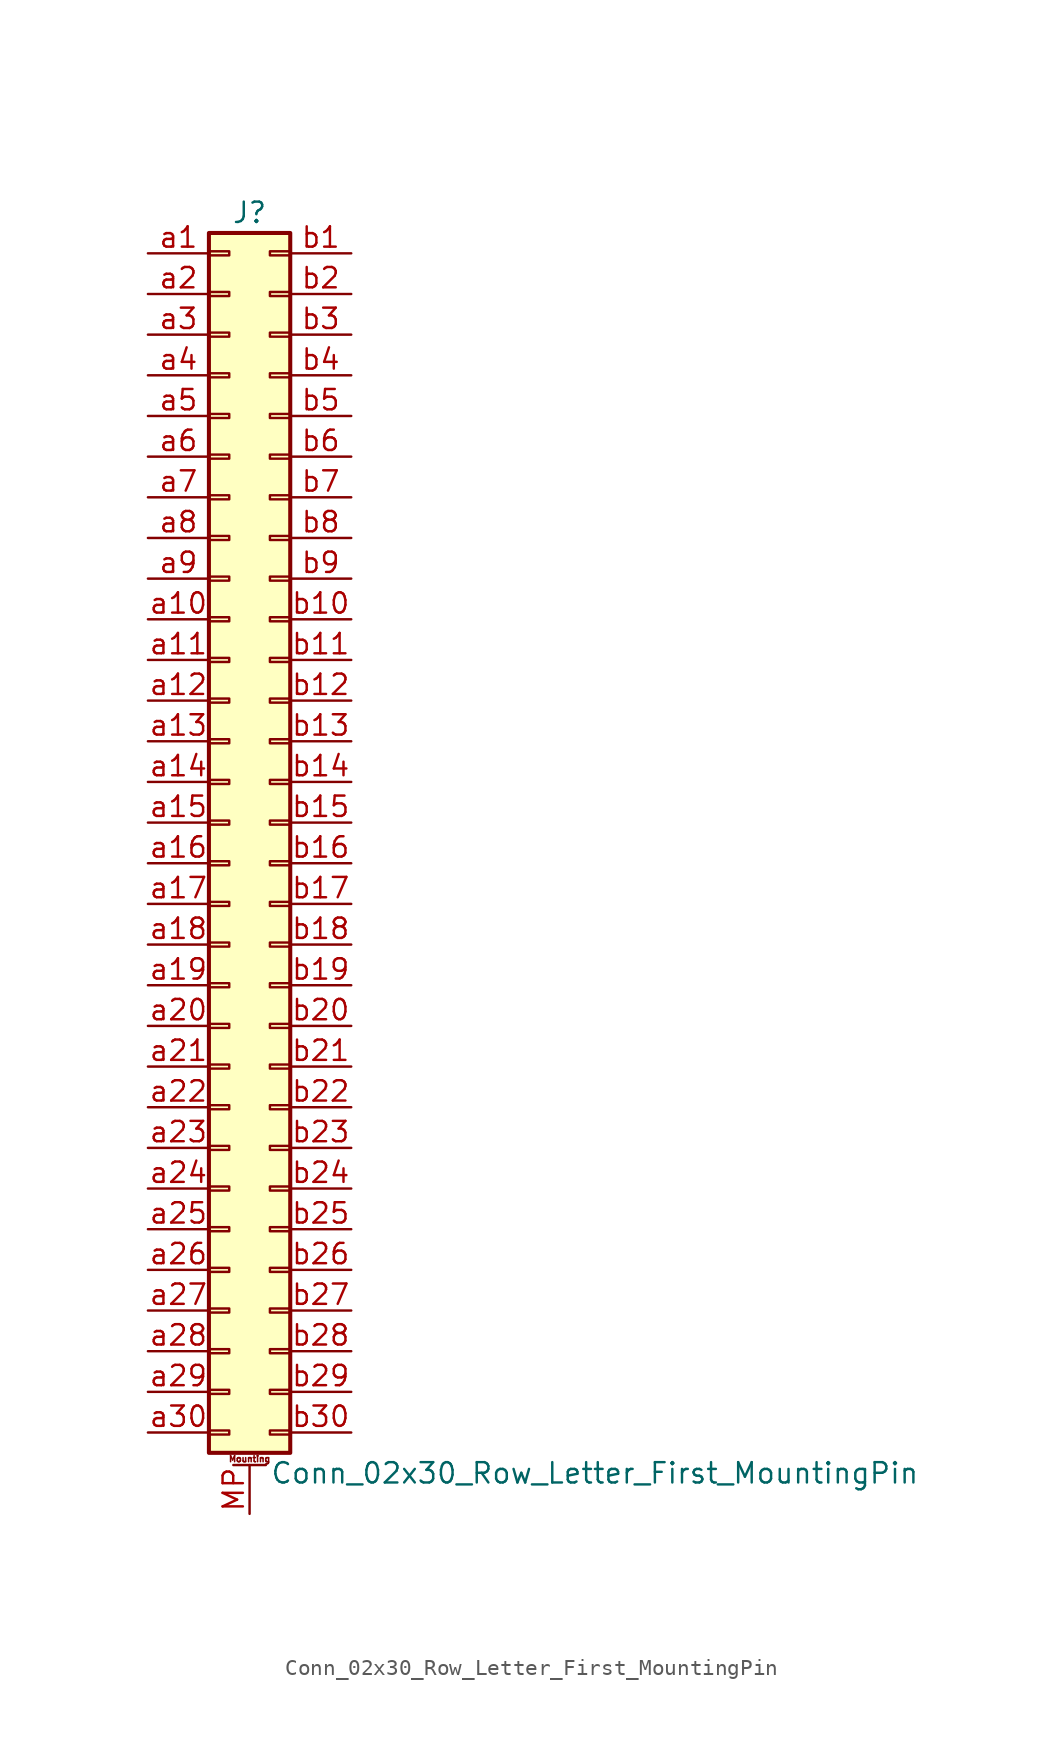
<source format=kicad_sym>
(kicad_symbol_lib
  (version 20201005)
  (generator kicad_symbol_editor)
  (symbol "Connector_Generic_MountingPin:Conn_02x30_Row_Letter_First_MountingPin"
    (pin_names
      (offset 1.016) hide)
    (property "Reference" "J"
      (at 1.27 38.1 0)
      (effects (font (size 1.27 1.27))))
    (property "Value" "Conn_02x30_Row_Letter_First_MountingPin"
      (at 2.54 -40.64 0)
      (effects (font (size 1.27 1.27)) (justify left)))
    (symbol "Conn_02x30_Row_Letter_First_MountingPin_1_1"
      (text "Mounting" (at 1.27 -39.751 0) (effects (font (size 0.381 0.381))))
      (rectangle (start -1.27 -27.813) (end 0 -28.067) (stroke (width 0.152)) (fill (type none)))
      (rectangle (start -1.27 -30.353) (end 0 -30.607) (stroke (width 0.152)) (fill (type none)))
      (rectangle (start -1.27 -32.893) (end 0 -33.147) (stroke (width 0.152)) (fill (type none)))
      (rectangle (start -1.27 -35.433) (end 0 -35.687) (stroke (width 0.152)) (fill (type none)))
      (rectangle (start -1.27 -37.973) (end 0 -38.227) (stroke (width 0.152)) (fill (type none)))
      (rectangle (start -1.27 -4.953) (end 0 -5.207) (stroke (width 0.152)) (fill (type none)))
      (rectangle (start -1.27 -7.493) (end 0 -7.747) (stroke (width 0.152)) (fill (type none)))
      (rectangle (start -1.27 -10.033) (end 0 -10.287) (stroke (width 0.152)) (fill (type none)))
      (rectangle (start -1.27 -12.573) (end 0 -12.827) (stroke (width 0.152)) (fill (type none)))
      (rectangle (start -1.27 -15.113) (end 0 -15.367) (stroke (width 0.152)) (fill (type none)))
      (rectangle (start -1.27 -17.653) (end 0 -17.907) (stroke (width 0.152)) (fill (type none)))
      (rectangle (start -1.27 -20.193) (end 0 -20.447) (stroke (width 0.152)) (fill (type none)))
      (rectangle (start -1.27 -22.733) (end 0 -22.987) (stroke (width 0.152)) (fill (type none)))
      (rectangle (start -1.27 -2.413) (end 0 -2.667) (stroke (width 0.152)) (fill (type none)))
      (rectangle (start -1.27 -25.273) (end 0 -25.527) (stroke (width 0.152)) (fill (type none)))
      (rectangle (start -1.27 25.527) (end 0 25.273) (stroke (width 0.152)) (fill (type none)))
      (rectangle (start -1.27 2.667) (end 0 2.413) (stroke (width 0.152)) (fill (type none)))
      (rectangle (start -1.27 28.067) (end 0 27.813) (stroke (width 0.152)) (fill (type none)))
      (rectangle (start -1.27 30.607) (end 0 30.353) (stroke (width 0.152)) (fill (type none)))
      (rectangle (start -1.27 33.147) (end 0 32.893) (stroke (width 0.152)) (fill (type none)))
      (rectangle (start -1.27 35.687) (end 0 35.433) (stroke (width 0.152)) (fill (type none)))
      (rectangle (start -1.27 36.83) (end 3.81 -39.37) (stroke (width 0.254)) (fill (type background)))
      (rectangle (start -1.27 5.207) (end 0 4.953) (stroke (width 0.152)) (fill (type none)))
      (rectangle (start -1.27 7.747) (end 0 7.493) (stroke (width 0.152)) (fill (type none)))
      (rectangle (start -1.27 10.287) (end 0 10.033) (stroke (width 0.152)) (fill (type none)))
      (rectangle (start -1.27 0.127) (end 0 -0.127) (stroke (width 0.152)) (fill (type none)))
      (rectangle (start -1.27 12.827) (end 0 12.573) (stroke (width 0.152)) (fill (type none)))
      (rectangle (start -1.27 15.367) (end 0 15.113) (stroke (width 0.152)) (fill (type none)))
      (rectangle (start -1.27 17.907) (end 0 17.653) (stroke (width 0.152)) (fill (type none)))
      (rectangle (start -1.27 20.447) (end 0 20.193) (stroke (width 0.152)) (fill (type none)))
      (rectangle (start -1.27 22.987) (end 0 22.733) (stroke (width 0.152)) (fill (type none)))
      (rectangle (start 3.81 -27.813) (end 2.54 -28.067) (stroke (width 0.152)) (fill (type none)))
      (rectangle (start 3.81 -30.353) (end 2.54 -30.607) (stroke (width 0.152)) (fill (type none)))
      (rectangle (start 3.81 -32.893) (end 2.54 -33.147) (stroke (width 0.152)) (fill (type none)))
      (rectangle (start 3.81 -35.433) (end 2.54 -35.687) (stroke (width 0.152)) (fill (type none)))
      (rectangle (start 3.81 -37.973) (end 2.54 -38.227) (stroke (width 0.152)) (fill (type none)))
      (rectangle (start 3.81 -4.953) (end 2.54 -5.207) (stroke (width 0.152)) (fill (type none)))
      (rectangle (start 3.81 -7.493) (end 2.54 -7.747) (stroke (width 0.152)) (fill (type none)))
      (rectangle (start 3.81 -10.033) (end 2.54 -10.287) (stroke (width 0.152)) (fill (type none)))
      (rectangle (start 3.81 -12.573) (end 2.54 -12.827) (stroke (width 0.152)) (fill (type none)))
      (rectangle (start 3.81 -15.113) (end 2.54 -15.367) (stroke (width 0.152)) (fill (type none)))
      (rectangle (start 3.81 -17.653) (end 2.54 -17.907) (stroke (width 0.152)) (fill (type none)))
      (rectangle (start 3.81 -20.193) (end 2.54 -20.447) (stroke (width 0.152)) (fill (type none)))
      (rectangle (start 3.81 -22.733) (end 2.54 -22.987) (stroke (width 0.152)) (fill (type none)))
      (rectangle (start 3.81 -2.413) (end 2.54 -2.667) (stroke (width 0.152)) (fill (type none)))
      (rectangle (start 3.81 -25.273) (end 2.54 -25.527) (stroke (width 0.152)) (fill (type none)))
      (rectangle (start 3.81 25.527) (end 2.54 25.273) (stroke (width 0.152)) (fill (type none)))
      (rectangle (start 3.81 2.667) (end 2.54 2.413) (stroke (width 0.152)) (fill (type none)))
      (rectangle (start 3.81 28.067) (end 2.54 27.813) (stroke (width 0.152)) (fill (type none)))
      (rectangle (start 3.81 30.607) (end 2.54 30.353) (stroke (width 0.152)) (fill (type none)))
      (rectangle (start 3.81 33.147) (end 2.54 32.893) (stroke (width 0.152)) (fill (type none)))
      (rectangle (start 3.81 35.687) (end 2.54 35.433) (stroke (width 0.152)) (fill (type none)))
      (rectangle (start 3.81 5.207) (end 2.54 4.953) (stroke (width 0.152)) (fill (type none)))
      (rectangle (start 3.81 7.747) (end 2.54 7.493) (stroke (width 0.152)) (fill (type none)))
      (rectangle (start 3.81 10.287) (end 2.54 10.033) (stroke (width 0.152)) (fill (type none)))
      (rectangle (start 3.81 0.127) (end 2.54 -0.127) (stroke (width 0.152)) (fill (type none)))
      (rectangle (start 3.81 12.827) (end 2.54 12.573) (stroke (width 0.152)) (fill (type none)))
      (rectangle (start 3.81 15.367) (end 2.54 15.113) (stroke (width 0.152)) (fill (type none)))
      (rectangle (start 3.81 17.907) (end 2.54 17.653) (stroke (width 0.152)) (fill (type none)))
      (rectangle (start 3.81 20.447) (end 2.54 20.193) (stroke (width 0.152)) (fill (type none)))
      (rectangle (start 3.81 22.987) (end 2.54 22.733) (stroke (width 0.152)) (fill (type none)))
      (polyline (pts (xy 0.254 -40.132) (xy 2.286 -40.132)) (stroke (width 0.152)) (fill (type none)))
      (pin passive line (at 1.27 -43.18 90) (length 3.048) (name "MountPin" (effects (font (size 1.27 1.27)))) (number "MP" (effects (font (size 1.27 1.27)))))
      (pin passive line (at -5.08 35.56 0) (length 3.81) (name "Pin_a1" (effects (font (size 1.27 1.27)))) (number "a1" (effects (font (size 1.27 1.27)))))
      (pin passive line (at -5.08 12.7 0) (length 3.81) (name "Pin_a10" (effects (font (size 1.27 1.27)))) (number "a10" (effects (font (size 1.27 1.27)))))
      (pin passive line (at -5.08 10.16 0) (length 3.81) (name "Pin_a11" (effects (font (size 1.27 1.27)))) (number "a11" (effects (font (size 1.27 1.27)))))
      (pin passive line (at -5.08 7.62 0) (length 3.81) (name "Pin_a12" (effects (font (size 1.27 1.27)))) (number "a12" (effects (font (size 1.27 1.27)))))
      (pin passive line (at -5.08 5.08 0) (length 3.81) (name "Pin_a13" (effects (font (size 1.27 1.27)))) (number "a13" (effects (font (size 1.27 1.27)))))
      (pin passive line (at -5.08 2.54 0) (length 3.81) (name "Pin_a14" (effects (font (size 1.27 1.27)))) (number "a14" (effects (font (size 1.27 1.27)))))
      (pin passive line (at -5.08 0 0) (length 3.81) (name "Pin_a15" (effects (font (size 1.27 1.27)))) (number "a15" (effects (font (size 1.27 1.27)))))
      (pin passive line (at -5.08 -2.54 0) (length 3.81) (name "Pin_a16" (effects (font (size 1.27 1.27)))) (number "a16" (effects (font (size 1.27 1.27)))))
      (pin passive line (at -5.08 -5.08 0) (length 3.81) (name "Pin_a17" (effects (font (size 1.27 1.27)))) (number "a17" (effects (font (size 1.27 1.27)))))
      (pin passive line (at -5.08 -7.62 0) (length 3.81) (name "Pin_a18" (effects (font (size 1.27 1.27)))) (number "a18" (effects (font (size 1.27 1.27)))))
      (pin passive line (at -5.08 -10.16 0) (length 3.81) (name "Pin_a19" (effects (font (size 1.27 1.27)))) (number "a19" (effects (font (size 1.27 1.27)))))
      (pin passive line (at -5.08 33.02 0) (length 3.81) (name "Pin_a2" (effects (font (size 1.27 1.27)))) (number "a2" (effects (font (size 1.27 1.27)))))
      (pin passive line (at -5.08 -12.7 0) (length 3.81) (name "Pin_a20" (effects (font (size 1.27 1.27)))) (number "a20" (effects (font (size 1.27 1.27)))))
      (pin passive line (at -5.08 -15.24 0) (length 3.81) (name "Pin_a21" (effects (font (size 1.27 1.27)))) (number "a21" (effects (font (size 1.27 1.27)))))
      (pin passive line (at -5.08 -17.78 0) (length 3.81) (name "Pin_a22" (effects (font (size 1.27 1.27)))) (number "a22" (effects (font (size 1.27 1.27)))))
      (pin passive line (at -5.08 -20.32 0) (length 3.81) (name "Pin_a23" (effects (font (size 1.27 1.27)))) (number "a23" (effects (font (size 1.27 1.27)))))
      (pin passive line (at -5.08 -22.86 0) (length 3.81) (name "Pin_a24" (effects (font (size 1.27 1.27)))) (number "a24" (effects (font (size 1.27 1.27)))))
      (pin passive line (at -5.08 -25.4 0) (length 3.81) (name "Pin_a25" (effects (font (size 1.27 1.27)))) (number "a25" (effects (font (size 1.27 1.27)))))
      (pin passive line (at -5.08 -27.94 0) (length 3.81) (name "Pin_a26" (effects (font (size 1.27 1.27)))) (number "a26" (effects (font (size 1.27 1.27)))))
      (pin passive line (at -5.08 -30.48 0) (length 3.81) (name "Pin_a27" (effects (font (size 1.27 1.27)))) (number "a27" (effects (font (size 1.27 1.27)))))
      (pin passive line (at -5.08 -33.02 0) (length 3.81) (name "Pin_a28" (effects (font (size 1.27 1.27)))) (number "a28" (effects (font (size 1.27 1.27)))))
      (pin passive line (at -5.08 -35.56 0) (length 3.81) (name "Pin_a29" (effects (font (size 1.27 1.27)))) (number "a29" (effects (font (size 1.27 1.27)))))
      (pin passive line (at -5.08 30.48 0) (length 3.81) (name "Pin_a3" (effects (font (size 1.27 1.27)))) (number "a3" (effects (font (size 1.27 1.27)))))
      (pin passive line (at -5.08 -38.1 0) (length 3.81) (name "Pin_a30" (effects (font (size 1.27 1.27)))) (number "a30" (effects (font (size 1.27 1.27)))))
      (pin passive line (at -5.08 27.94 0) (length 3.81) (name "Pin_a4" (effects (font (size 1.27 1.27)))) (number "a4" (effects (font (size 1.27 1.27)))))
      (pin passive line (at -5.08 25.4 0) (length 3.81) (name "Pin_a5" (effects (font (size 1.27 1.27)))) (number "a5" (effects (font (size 1.27 1.27)))))
      (pin passive line (at -5.08 22.86 0) (length 3.81) (name "Pin_a6" (effects (font (size 1.27 1.27)))) (number "a6" (effects (font (size 1.27 1.27)))))
      (pin passive line (at -5.08 20.32 0) (length 3.81) (name "Pin_a7" (effects (font (size 1.27 1.27)))) (number "a7" (effects (font (size 1.27 1.27)))))
      (pin passive line (at -5.08 17.78 0) (length 3.81) (name "Pin_a8" (effects (font (size 1.27 1.27)))) (number "a8" (effects (font (size 1.27 1.27)))))
      (pin passive line (at -5.08 15.24 0) (length 3.81) (name "Pin_a9" (effects (font (size 1.27 1.27)))) (number "a9" (effects (font (size 1.27 1.27)))))
      (pin passive line (at 7.62 35.56 180) (length 3.81) (name "Pin_b1" (effects (font (size 1.27 1.27)))) (number "b1" (effects (font (size 1.27 1.27)))))
      (pin passive line (at 7.62 12.7 180) (length 3.81) (name "Pin_b10" (effects (font (size 1.27 1.27)))) (number "b10" (effects (font (size 1.27 1.27)))))
      (pin passive line (at 7.62 10.16 180) (length 3.81) (name "Pin_b11" (effects (font (size 1.27 1.27)))) (number "b11" (effects (font (size 1.27 1.27)))))
      (pin passive line (at 7.62 7.62 180) (length 3.81) (name "Pin_b12" (effects (font (size 1.27 1.27)))) (number "b12" (effects (font (size 1.27 1.27)))))
      (pin passive line (at 7.62 5.08 180) (length 3.81) (name "Pin_b13" (effects (font (size 1.27 1.27)))) (number "b13" (effects (font (size 1.27 1.27)))))
      (pin passive line (at 7.62 2.54 180) (length 3.81) (name "Pin_b14" (effects (font (size 1.27 1.27)))) (number "b14" (effects (font (size 1.27 1.27)))))
      (pin passive line (at 7.62 0 180) (length 3.81) (name "Pin_b15" (effects (font (size 1.27 1.27)))) (number "b15" (effects (font (size 1.27 1.27)))))
      (pin passive line (at 7.62 -2.54 180) (length 3.81) (name "Pin_b16" (effects (font (size 1.27 1.27)))) (number "b16" (effects (font (size 1.27 1.27)))))
      (pin passive line (at 7.62 -5.08 180) (length 3.81) (name "Pin_b17" (effects (font (size 1.27 1.27)))) (number "b17" (effects (font (size 1.27 1.27)))))
      (pin passive line (at 7.62 -7.62 180) (length 3.81) (name "Pin_b18" (effects (font (size 1.27 1.27)))) (number "b18" (effects (font (size 1.27 1.27)))))
      (pin passive line (at 7.62 -10.16 180) (length 3.81) (name "Pin_b19" (effects (font (size 1.27 1.27)))) (number "b19" (effects (font (size 1.27 1.27)))))
      (pin passive line (at 7.62 33.02 180) (length 3.81) (name "Pin_b2" (effects (font (size 1.27 1.27)))) (number "b2" (effects (font (size 1.27 1.27)))))
      (pin passive line (at 7.62 -12.7 180) (length 3.81) (name "Pin_b20" (effects (font (size 1.27 1.27)))) (number "b20" (effects (font (size 1.27 1.27)))))
      (pin passive line (at 7.62 -15.24 180) (length 3.81) (name "Pin_b21" (effects (font (size 1.27 1.27)))) (number "b21" (effects (font (size 1.27 1.27)))))
      (pin passive line (at 7.62 -17.78 180) (length 3.81) (name "Pin_b22" (effects (font (size 1.27 1.27)))) (number "b22" (effects (font (size 1.27 1.27)))))
      (pin passive line (at 7.62 -20.32 180) (length 3.81) (name "Pin_b23" (effects (font (size 1.27 1.27)))) (number "b23" (effects (font (size 1.27 1.27)))))
      (pin passive line (at 7.62 -22.86 180) (length 3.81) (name "Pin_b24" (effects (font (size 1.27 1.27)))) (number "b24" (effects (font (size 1.27 1.27)))))
      (pin passive line (at 7.62 -25.4 180) (length 3.81) (name "Pin_b25" (effects (font (size 1.27 1.27)))) (number "b25" (effects (font (size 1.27 1.27)))))
      (pin passive line (at 7.62 -27.94 180) (length 3.81) (name "Pin_b26" (effects (font (size 1.27 1.27)))) (number "b26" (effects (font (size 1.27 1.27)))))
      (pin passive line (at 7.62 -30.48 180) (length 3.81) (name "Pin_b27" (effects (font (size 1.27 1.27)))) (number "b27" (effects (font (size 1.27 1.27)))))
      (pin passive line (at 7.62 -33.02 180) (length 3.81) (name "Pin_b28" (effects (font (size 1.27 1.27)))) (number "b28" (effects (font (size 1.27 1.27)))))
      (pin passive line (at 7.62 -35.56 180) (length 3.81) (name "Pin_b29" (effects (font (size 1.27 1.27)))) (number "b29" (effects (font (size 1.27 1.27)))))
      (pin passive line (at 7.62 30.48 180) (length 3.81) (name "Pin_b3" (effects (font (size 1.27 1.27)))) (number "b3" (effects (font (size 1.27 1.27)))))
      (pin passive line (at 7.62 -38.1 180) (length 3.81) (name "Pin_b30" (effects (font (size 1.27 1.27)))) (number "b30" (effects (font (size 1.27 1.27)))))
      (pin passive line (at 7.62 27.94 180) (length 3.81) (name "Pin_b4" (effects (font (size 1.27 1.27)))) (number "b4" (effects (font (size 1.27 1.27)))))
      (pin passive line (at 7.62 25.4 180) (length 3.81) (name "Pin_b5" (effects (font (size 1.27 1.27)))) (number "b5" (effects (font (size 1.27 1.27)))))
      (pin passive line (at 7.62 22.86 180) (length 3.81) (name "Pin_b6" (effects (font (size 1.27 1.27)))) (number "b6" (effects (font (size 1.27 1.27)))))
      (pin passive line (at 7.62 20.32 180) (length 3.81) (name "Pin_b7" (effects (font (size 1.27 1.27)))) (number "b7" (effects (font (size 1.27 1.27)))))
      (pin passive line (at 7.62 17.78 180) (length 3.81) (name "Pin_b8" (effects (font (size 1.27 1.27)))) (number "b8" (effects (font (size 1.27 1.27)))))
      (pin passive line (at 7.62 15.24 180) (length 3.81) (name "Pin_b9" (effects (font (size 1.27 1.27)))) (number "b9" (effects (font (size 1.27 1.27))))))))
</source>
